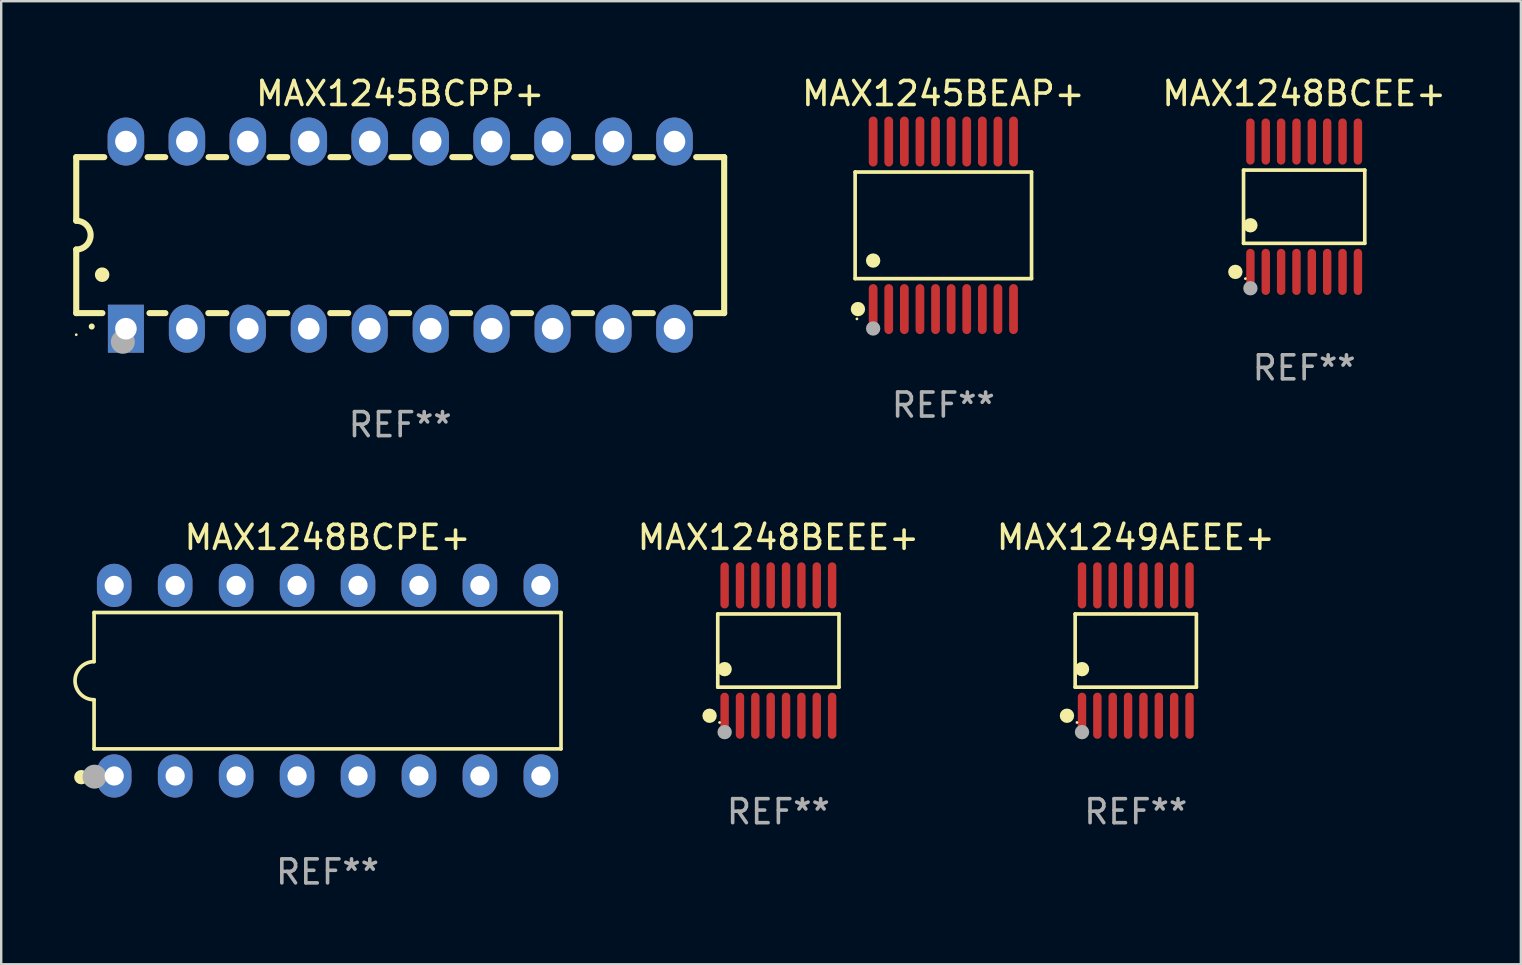
<source format=kicad_pcb>
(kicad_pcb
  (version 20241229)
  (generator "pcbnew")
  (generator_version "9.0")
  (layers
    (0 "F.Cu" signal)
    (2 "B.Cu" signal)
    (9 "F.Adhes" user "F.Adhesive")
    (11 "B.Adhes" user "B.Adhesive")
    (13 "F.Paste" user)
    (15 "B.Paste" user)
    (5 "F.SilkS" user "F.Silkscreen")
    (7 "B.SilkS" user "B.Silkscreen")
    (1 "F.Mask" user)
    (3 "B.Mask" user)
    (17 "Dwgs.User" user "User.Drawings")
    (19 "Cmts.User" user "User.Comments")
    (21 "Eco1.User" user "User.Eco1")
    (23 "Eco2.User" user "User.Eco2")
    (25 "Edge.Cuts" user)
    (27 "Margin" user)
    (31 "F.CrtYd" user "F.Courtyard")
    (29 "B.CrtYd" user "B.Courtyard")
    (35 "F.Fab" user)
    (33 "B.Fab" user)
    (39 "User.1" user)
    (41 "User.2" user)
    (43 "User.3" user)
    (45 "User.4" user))
  (footprint "MAX1248BCEE+"
    (layer "F.Cu")
    (at 51.296 5.564)
    (property "Reference" "MAX1248BCEE+" (at 0 -4.716 0) (layer "F.SilkS") (effects (font (size 1 1) (thickness 0.15))))
    (attr through_hole)
    (fp_line (start -2.526 -1.526) (end 2.526 -1.526) (stroke (width 0.152) (type solid)) (layer "F.SilkS"))
    (fp_line (start -2.526 1.526) (end -2.526 -1.526) (stroke (width 0.152) (type solid)) (layer "F.SilkS"))
    (fp_line (start 2.526 -1.526) (end 2.526 1.526) (stroke (width 0.152) (type solid)) (layer "F.SilkS"))
    (fp_line (start 2.526 1.526) (end -2.526 1.526) (stroke (width 0.152) (type solid)) (layer "F.SilkS"))
    (fp_circle (center -2.867 2.716) (end -2.717 2.716) (stroke (width 0.3) (type solid)) (fill no) (layer "F.SilkS"))
    (fp_circle (center -2.45 2.997) (end -2.42 2.997) (stroke (width 0.06) (type solid)) (fill no) (layer "F.SilkS"))
    (fp_circle (center -2.24 0.774) (end -2.09 0.774) (stroke (width 0.3) (type solid)) (fill no) (layer "F.SilkS"))
    (fp_circle (center -2.24 3.398) (end -2.09 3.398) (stroke (width 0.3) (type solid)) (fill no) (layer "F.Fab"))
    (fp_text user "REF**" (at 0 6.716 0) (layer "F.Fab") (effects (font (size 1 1) (thickness 0.15))))
    (pad "1" smd oval (at -2.24 2.716) (size 0.35 1.922) (layers "F.Cu" "F.Mask" "F.Paste"))
    (pad "2" smd oval (at -1.6 2.716) (size 0.35 1.922) (layers "F.Cu" "F.Mask" "F.Paste"))
    (pad "3" smd oval (at -0.96 2.716) (size 0.35 1.922) (layers "F.Cu" "F.Mask" "F.Paste"))
    (pad "4" smd oval (at -0.32 2.716) (size 0.35 1.922) (layers "F.Cu" "F.Mask" "F.Paste"))
    (pad "5" smd oval (at 0.32 2.716) (size 0.35 1.922) (layers "F.Cu" "F.Mask" "F.Paste"))
    (pad "6" smd oval (at 0.96 2.716) (size 0.35 1.922) (layers "F.Cu" "F.Mask" "F.Paste"))
    (pad "7" smd oval (at 1.6 2.716) (size 0.35 1.922) (layers "F.Cu" "F.Mask" "F.Paste"))
    (pad "8" smd oval (at 2.24 2.716) (size 0.35 1.922) (layers "F.Cu" "F.Mask" "F.Paste"))
    (pad "9" smd oval (at 2.24 -2.716) (size 0.35 1.922) (layers "F.Cu" "F.Mask" "F.Paste"))
    (pad "10" smd oval (at 1.6 -2.716) (size 0.35 1.922) (layers "F.Cu" "F.Mask" "F.Paste"))
    (pad "11" smd oval (at 0.96 -2.716) (size 0.35 1.922) (layers "F.Cu" "F.Mask" "F.Paste"))
    (pad "12" smd oval (at 0.32 -2.716) (size 0.35 1.922) (layers "F.Cu" "F.Mask" "F.Paste"))
    (pad "13" smd oval (at -0.32 -2.716) (size 0.35 1.922) (layers "F.Cu" "F.Mask" "F.Paste"))
    (pad "14" smd oval (at -0.96 -2.716) (size 0.35 1.922) (layers "F.Cu" "F.Mask" "F.Paste"))
    (pad "15" smd oval (at -1.6 -2.716) (size 0.35 1.922) (layers "F.Cu" "F.Mask" "F.Paste"))
    (pad "16" smd oval (at -2.24 -2.716) (size 0.35 1.922) (layers "F.Cu" "F.Mask" "F.Paste")))
  (footprint "MAX1249AEEE+"
    (layer "F.Cu")
    (at 44.279 24.06)
    (property "Reference" "MAX1249AEEE+" (at 0 -4.716 0) (layer "F.SilkS") (effects (font (size 1 1) (thickness 0.15))))
    (attr through_hole)
    (fp_line (start -2.526 -1.526) (end 2.526 -1.526) (stroke (width 0.152) (type solid)) (layer "F.SilkS"))
    (fp_line (start -2.526 1.526) (end -2.526 -1.526) (stroke (width 0.152) (type solid)) (layer "F.SilkS"))
    (fp_line (start 2.526 -1.526) (end 2.526 1.526) (stroke (width 0.152) (type solid)) (layer "F.SilkS"))
    (fp_line (start 2.526 1.526) (end -2.526 1.526) (stroke (width 0.152) (type solid)) (layer "F.SilkS"))
    (fp_circle (center -2.867 2.716) (end -2.717 2.716) (stroke (width 0.3) (type solid)) (fill no) (layer "F.SilkS"))
    (fp_circle (center -2.45 2.997) (end -2.42 2.997) (stroke (width 0.06) (type solid)) (fill no) (layer "F.SilkS"))
    (fp_circle (center -2.24 0.774) (end -2.09 0.774) (stroke (width 0.3) (type solid)) (fill no) (layer "F.SilkS"))
    (fp_circle (center -2.24 3.398) (end -2.09 3.398) (stroke (width 0.3) (type solid)) (fill no) (layer "F.Fab"))
    (fp_text user "REF**" (at 0 6.716 0) (layer "F.Fab") (effects (font (size 1 1) (thickness 0.15))))
    (pad "1" smd oval (at -2.24 2.716) (size 0.35 1.922) (layers "F.Cu" "F.Mask" "F.Paste"))
    (pad "2" smd oval (at -1.6 2.716) (size 0.35 1.922) (layers "F.Cu" "F.Mask" "F.Paste"))
    (pad "3" smd oval (at -0.96 2.716) (size 0.35 1.922) (layers "F.Cu" "F.Mask" "F.Paste"))
    (pad "4" smd oval (at -0.32 2.716) (size 0.35 1.922) (layers "F.Cu" "F.Mask" "F.Paste"))
    (pad "5" smd oval (at 0.32 2.716) (size 0.35 1.922) (layers "F.Cu" "F.Mask" "F.Paste"))
    (pad "6" smd oval (at 0.96 2.716) (size 0.35 1.922) (layers "F.Cu" "F.Mask" "F.Paste"))
    (pad "7" smd oval (at 1.6 2.716) (size 0.35 1.922) (layers "F.Cu" "F.Mask" "F.Paste"))
    (pad "8" smd oval (at 2.24 2.716) (size 0.35 1.922) (layers "F.Cu" "F.Mask" "F.Paste"))
    (pad "9" smd oval (at 2.24 -2.716) (size 0.35 1.922) (layers "F.Cu" "F.Mask" "F.Paste"))
    (pad "10" smd oval (at 1.6 -2.716) (size 0.35 1.922) (layers "F.Cu" "F.Mask" "F.Paste"))
    (pad "11" smd oval (at 0.96 -2.716) (size 0.35 1.922) (layers "F.Cu" "F.Mask" "F.Paste"))
    (pad "12" smd oval (at 0.32 -2.716) (size 0.35 1.922) (layers "F.Cu" "F.Mask" "F.Paste"))
    (pad "13" smd oval (at -0.32 -2.716) (size 0.35 1.922) (layers "F.Cu" "F.Mask" "F.Paste"))
    (pad "14" smd oval (at -0.96 -2.716) (size 0.35 1.922) (layers "F.Cu" "F.Mask" "F.Paste"))
    (pad "15" smd oval (at -1.6 -2.716) (size 0.35 1.922) (layers "F.Cu" "F.Mask" "F.Paste"))
    (pad "16" smd oval (at -2.24 -2.716) (size 0.35 1.922) (layers "F.Cu" "F.Mask" "F.Paste")))
  (footprint "MAX1245BCPP+"
    (layer "F.Cu")
    (at 13.627 6.748)
    (property "Reference" "MAX1245BCPP+" (at 0 -5.9 0) (layer "F.SilkS") (effects (font (size 1 1) (thickness 0.15))))
    (attr through_hole)
    (fp_line (start -13.5 -3.25) (end -12.333 -3.25) (stroke (width 0.254) (type solid)) (layer "F.SilkS"))
    (fp_line (start -13.5 -0.6) (end -13.5 -3.25) (stroke (width 0.254) (type solid)) (layer "F.SilkS"))
    (fp_line (start -13.5 3.25) (end -13.5 0.6) (stroke (width 0.254) (type solid)) (layer "F.SilkS"))
    (fp_line (start -13.5 3.25) (end -12.411 3.25) (stroke (width 0.254) (type solid)) (layer "F.SilkS"))
    (fp_line (start -10.527 -3.25) (end -9.793 -3.25) (stroke (width 0.254) (type solid)) (layer "F.SilkS"))
    (fp_line (start -10.449 3.25) (end -9.786 3.25) (stroke (width 0.254) (type solid)) (layer "F.SilkS"))
    (fp_line (start -7.994 3.25) (end -7.246 3.25) (stroke (width 0.254) (type solid)) (layer "F.SilkS"))
    (fp_line (start -7.987 -3.25) (end -7.253 -3.25) (stroke (width 0.254) (type solid)) (layer "F.SilkS"))
    (fp_line (start -5.454 3.25) (end -4.706 3.25) (stroke (width 0.254) (type solid)) (layer "F.SilkS"))
    (fp_line (start -5.447 -3.25) (end -4.713 -3.25) (stroke (width 0.254) (type solid)) (layer "F.SilkS"))
    (fp_line (start -2.914 3.25) (end -2.166 3.25) (stroke (width 0.254) (type solid)) (layer "F.SilkS"))
    (fp_line (start -2.907 -3.25) (end -2.173 -3.25) (stroke (width 0.254) (type solid)) (layer "F.SilkS"))
    (fp_line (start -0.374 3.25) (end 0.374 3.25) (stroke (width 0.254) (type solid)) (layer "F.SilkS"))
    (fp_line (start -0.367 -3.25) (end 0.367 -3.25) (stroke (width 0.254) (type solid)) (layer "F.SilkS"))
    (fp_line (start 2.166 3.25) (end 2.914 3.25) (stroke (width 0.254) (type solid)) (layer "F.SilkS"))
    (fp_line (start 2.173 -3.25) (end 2.907 -3.25) (stroke (width 0.254) (type solid)) (layer "F.SilkS"))
    (fp_line (start 4.706 3.25) (end 5.454 3.25) (stroke (width 0.254) (type solid)) (layer "F.SilkS"))
    (fp_line (start 4.713 -3.25) (end 5.447 -3.25) (stroke (width 0.254) (type solid)) (layer "F.SilkS"))
    (fp_line (start 7.246 3.25) (end 7.994 3.25) (stroke (width 0.254) (type solid)) (layer "F.SilkS"))
    (fp_line (start 7.253 -3.25) (end 7.987 -3.25) (stroke (width 0.254) (type solid)) (layer "F.SilkS"))
    (fp_line (start 9.786 3.25) (end 10.527 3.25) (stroke (width 0.254) (type solid)) (layer "F.SilkS"))
    (fp_line (start 9.793 -3.25) (end 10.527 -3.25) (stroke (width 0.254) (type solid)) (layer "F.SilkS"))
    (fp_line (start 12.333 -3.25) (end 13.5 -3.25) (stroke (width 0.254) (type solid)) (layer "F.SilkS"))
    (fp_line (start 12.333 3.25) (end 13.5 3.25) (stroke (width 0.254) (type solid)) (layer "F.SilkS"))
    (fp_line (start 13.5 -3.25) (end 13.5 3.25) (stroke (width 0.254) (type solid)) (layer "F.SilkS"))
    (fp_arc (start -13.500127 -0.599442) (mid -12.900406 0.000228) (end -13.500025 0.6) (stroke (width 0.254001) (type solid)) (layer "F.SilkS"))
    (fp_arc (start -12.854966 3.810008) (mid -12.854973 3.808738) (end -12.854966 3.807468) (stroke (width 0.25) (type solid)) (layer "F.SilkS"))
    (fp_arc (start -12.420625 1.651003) (mid -12.420636 1.648463) (end -12.420625 1.645923) (stroke (width 0.6) (type solid)) (layer "F.SilkS"))
    (fp_circle (center -13.5 4.15) (end -13.47 4.15) (stroke (width 0.06) (type solid)) (fill no) (layer "F.SilkS"))
    (fp_circle (center -11.557 4.445) (end -11.307 4.445) (stroke (width 0.5) (type solid)) (fill no) (layer "F.Fab"))
    (fp_text user "REF**" (at 0 7.9 0) (layer "F.Fab") (effects (font (size 1 1) (thickness 0.15))))
    (pad "1" thru_hole rect (at -11.43 3.9 90) (size 2 1.5) (drill 0.9) (layers "*.Cu" "*.Mask"))
    (pad "2" thru_hole oval (at -8.89 3.9 90) (size 2 1.5) (drill 0.9) (layers "*.Cu" "*.Mask"))
    (pad "3" thru_hole oval (at -6.35 3.9 90) (size 2 1.5) (drill 0.9) (layers "*.Cu" "*.Mask"))
    (pad "4" thru_hole oval (at -3.81 3.9 90) (size 2 1.5) (drill 0.9) (layers "*.Cu" "*.Mask"))
    (pad "5" thru_hole oval (at -1.27 3.9 90) (size 2 1.5) (drill 0.9) (layers "*.Cu" "*.Mask"))
    (pad "6" thru_hole oval (at 1.27 3.9 90) (size 2 1.5) (drill 0.9) (layers "*.Cu" "*.Mask"))
    (pad "7" thru_hole oval (at 3.81 3.9 90) (size 2 1.5) (drill 0.9) (layers "*.Cu" "*.Mask"))
    (pad "8" thru_hole oval (at 6.35 3.9 90) (size 2 1.5) (drill 0.9) (layers "*.Cu" "*.Mask"))
    (pad "9" thru_hole oval (at 8.89 3.9 90) (size 2 1.5) (drill 0.9) (layers "*.Cu" "*.Mask"))
    (pad "10" thru_hole oval (at 11.43 3.9 90) (size 2 1.524) (drill 0.9) (layers "*.Cu" "*.Mask"))
    (pad "11" thru_hole oval (at 11.43 -3.9 90) (size 2 1.524) (drill 0.9) (layers "*.Cu" "*.Mask"))
    (pad "12" thru_hole oval (at 8.89 -3.9 90) (size 2 1.524) (drill 0.9) (layers "*.Cu" "*.Mask"))
    (pad "13" thru_hole oval (at 6.35 -3.9 90) (size 2 1.524) (drill 0.9) (layers "*.Cu" "*.Mask"))
    (pad "14" thru_hole oval (at 3.81 -3.9 90) (size 2 1.524) (drill 0.9) (layers "*.Cu" "*.Mask"))
    (pad "15" thru_hole oval (at 1.27 -3.9 90) (size 2 1.524) (drill 0.9) (layers "*.Cu" "*.Mask"))
    (pad "16" thru_hole oval (at -1.27 -3.9 90) (size 2 1.524) (drill 0.9) (layers "*.Cu" "*.Mask"))
    (pad "17" thru_hole oval (at -3.81 -3.9 90) (size 2 1.524) (drill 0.9) (layers "*.Cu" "*.Mask"))
    (pad "18" thru_hole oval (at -6.35 -3.9 90) (size 2 1.524) (drill 0.9) (layers "*.Cu" "*.Mask"))
    (pad "19" thru_hole oval (at -8.89 -3.9 90) (size 2 1.524) (drill 0.9) (layers "*.Cu" "*.Mask"))
    (pad "20" thru_hole oval (at -11.43 -3.9 90) (size 2 1.524) (drill 0.9) (layers "*.Cu" "*.Mask")))
  (footprint "MAX1248BEEE+"
    (layer "F.Cu")
    (at 29.386 24.06)
    (property "Reference" "MAX1248BEEE+" (at 0 -4.716 0) (layer "F.SilkS") (effects (font (size 1 1) (thickness 0.15))))
    (attr through_hole)
    (fp_line (start -2.526 -1.526) (end 2.526 -1.526) (stroke (width 0.152) (type solid)) (layer "F.SilkS"))
    (fp_line (start -2.526 1.526) (end -2.526 -1.526) (stroke (width 0.152) (type solid)) (layer "F.SilkS"))
    (fp_line (start 2.526 -1.526) (end 2.526 1.526) (stroke (width 0.152) (type solid)) (layer "F.SilkS"))
    (fp_line (start 2.526 1.526) (end -2.526 1.526) (stroke (width 0.152) (type solid)) (layer "F.SilkS"))
    (fp_circle (center -2.867 2.716) (end -2.717 2.716) (stroke (width 0.3) (type solid)) (fill no) (layer "F.SilkS"))
    (fp_circle (center -2.45 2.997) (end -2.42 2.997) (stroke (width 0.06) (type solid)) (fill no) (layer "F.SilkS"))
    (fp_circle (center -2.24 0.774) (end -2.09 0.774) (stroke (width 0.3) (type solid)) (fill no) (layer "F.SilkS"))
    (fp_circle (center -2.24 3.398) (end -2.09 3.398) (stroke (width 0.3) (type solid)) (fill no) (layer "F.Fab"))
    (fp_text user "REF**" (at 0 6.716 0) (layer "F.Fab") (effects (font (size 1 1) (thickness 0.15))))
    (pad "1" smd oval (at -2.24 2.716) (size 0.35 1.922) (layers "F.Cu" "F.Mask" "F.Paste"))
    (pad "2" smd oval (at -1.6 2.716) (size 0.35 1.922) (layers "F.Cu" "F.Mask" "F.Paste"))
    (pad "3" smd oval (at -0.96 2.716) (size 0.35 1.922) (layers "F.Cu" "F.Mask" "F.Paste"))
    (pad "4" smd oval (at -0.32 2.716) (size 0.35 1.922) (layers "F.Cu" "F.Mask" "F.Paste"))
    (pad "5" smd oval (at 0.32 2.716) (size 0.35 1.922) (layers "F.Cu" "F.Mask" "F.Paste"))
    (pad "6" smd oval (at 0.96 2.716) (size 0.35 1.922) (layers "F.Cu" "F.Mask" "F.Paste"))
    (pad "7" smd oval (at 1.6 2.716) (size 0.35 1.922) (layers "F.Cu" "F.Mask" "F.Paste"))
    (pad "8" smd oval (at 2.24 2.716) (size 0.35 1.922) (layers "F.Cu" "F.Mask" "F.Paste"))
    (pad "9" smd oval (at 2.24 -2.716) (size 0.35 1.922) (layers "F.Cu" "F.Mask" "F.Paste"))
    (pad "10" smd oval (at 1.6 -2.716) (size 0.35 1.922) (layers "F.Cu" "F.Mask" "F.Paste"))
    (pad "11" smd oval (at 0.96 -2.716) (size 0.35 1.922) (layers "F.Cu" "F.Mask" "F.Paste"))
    (pad "12" smd oval (at 0.32 -2.716) (size 0.35 1.922) (layers "F.Cu" "F.Mask" "F.Paste"))
    (pad "13" smd oval (at -0.32 -2.716) (size 0.35 1.922) (layers "F.Cu" "F.Mask" "F.Paste"))
    (pad "14" smd oval (at -0.96 -2.716) (size 0.35 1.922) (layers "F.Cu" "F.Mask" "F.Paste"))
    (pad "15" smd oval (at -1.6 -2.716) (size 0.35 1.922) (layers "F.Cu" "F.Mask" "F.Paste"))
    (pad "16" smd oval (at -2.24 -2.716) (size 0.35 1.922) (layers "F.Cu" "F.Mask" "F.Paste")))
  (footprint "MAX1248BCPE+"
    (layer "F.Cu")
    (at 10.599 25.315)
    (property "Reference" "MAX1248BCPE+" (at 0 -5.97 0) (layer "F.SilkS") (effects (font (size 1 1) (thickness 0.15))))
    (attr through_hole)
    (fp_line (start -9.729 -2.841) (end -9.729 -0.794) (stroke (width 0.152) (type solid)) (layer "F.SilkS"))
    (fp_line (start -9.729 0.794) (end -9.729 2.841) (stroke (width 0.152) (type solid)) (layer "F.SilkS"))
    (fp_line (start -9.729 2.841) (end 9.729 2.841) (stroke (width 0.152) (type solid)) (layer "F.SilkS"))
    (fp_line (start 9.729 -2.841) (end -9.729 -2.841) (stroke (width 0.152) (type solid)) (layer "F.SilkS"))
    (fp_line (start 9.729 2.841) (end 9.729 -2.841) (stroke (width 0.152) (type solid)) (layer "F.SilkS"))
    (fp_arc (start -9.7287 0.793749) (mid -10.522449 0) (end -9.7287 -0.793749) (stroke (width 0.1524) (type solid)) (layer "F.SilkS"))
    (fp_circle (center -10.26 4.02) (end -10.11 4.02) (stroke (width 0.3) (type solid)) (fill no) (layer "F.SilkS"))
    (fp_circle (center -9.653 4.23) (end -9.623 4.23) (stroke (width 0.06) (type solid)) (fill no) (layer "F.SilkS"))
    (fp_circle (center -9.71 4) (end -9.46 4) (stroke (width 0.5) (type solid)) (fill no) (layer "F.Fab"))
    (fp_text user "REF**" (at 0 7.97 0) (layer "F.Fab") (effects (font (size 1 1) (thickness 0.15))))
    (pad "1" thru_hole oval (at -8.89 3.97) (size 1.44 1.8) (drill 0.8) (layers "*.Cu" "*.Mask"))
    (pad "2" thru_hole oval (at -6.35 3.97) (size 1.44 1.8) (drill 0.8) (layers "*.Cu" "*.Mask"))
    (pad "3" thru_hole oval (at -3.81 3.97) (size 1.44 1.8) (drill 0.8) (layers "*.Cu" "*.Mask"))
    (pad "4" thru_hole oval (at -1.27 3.97) (size 1.44 1.8) (drill 0.8) (layers "*.Cu" "*.Mask"))
    (pad "5" thru_hole oval (at 1.27 3.97) (size 1.44 1.8) (drill 0.8) (layers "*.Cu" "*.Mask"))
    (pad "6" thru_hole oval (at 3.81 3.97) (size 1.44 1.8) (drill 0.8) (layers "*.Cu" "*.Mask"))
    (pad "7" thru_hole oval (at 6.35 3.97) (size 1.44 1.8) (drill 0.8) (layers "*.Cu" "*.Mask"))
    (pad "8" thru_hole oval (at 8.89 3.97) (size 1.44 1.8) (drill 0.8) (layers "*.Cu" "*.Mask"))
    (pad "9" thru_hole oval (at 8.89 -3.97) (size 1.44 1.8) (drill 0.8) (layers "*.Cu" "*.Mask"))
    (pad "10" thru_hole oval (at 6.35 -3.97) (size 1.44 1.8) (drill 0.8) (layers "*.Cu" "*.Mask"))
    (pad "11" thru_hole oval (at 3.81 -3.97) (size 1.44 1.8) (drill 0.8) (layers "*.Cu" "*.Mask"))
    (pad "12" thru_hole oval (at 1.27 -3.97) (size 1.44 1.8) (drill 0.8) (layers "*.Cu" "*.Mask"))
    (pad "13" thru_hole oval (at -1.27 -3.97) (size 1.44 1.8) (drill 0.8) (layers "*.Cu" "*.Mask"))
    (pad "14" thru_hole oval (at -3.81 -3.97) (size 1.44 1.8) (drill 0.8) (layers "*.Cu" "*.Mask"))
    (pad "15" thru_hole oval (at -6.35 -3.97) (size 1.44 1.8) (drill 0.8) (layers "*.Cu" "*.Mask"))
    (pad "16" thru_hole oval (at -8.89 -3.97) (size 1.44 1.8) (drill 0.8) (layers "*.Cu" "*.Mask")))
  (footprint "MAX1245BEAP+"
    (layer "F.Cu")
    (at 36.26 6.339)
    (property "Reference" "MAX1245BEAP+" (at 0 -5.491 0) (layer "F.SilkS") (effects (font (size 1 1) (thickness 0.15))))
    (attr through_hole)
    (fp_line (start -3.676 -2.221) (end 3.676 -2.221) (stroke (width 0.152) (type solid)) (layer "F.SilkS"))
    (fp_line (start -3.676 2.221) (end -3.676 -2.221) (stroke (width 0.152) (type solid)) (layer "F.SilkS"))
    (fp_line (start 3.676 -2.221) (end 3.676 2.221) (stroke (width 0.152) (type solid)) (layer "F.SilkS"))
    (fp_line (start 3.676 2.221) (end -3.676 2.221) (stroke (width 0.152) (type solid)) (layer "F.SilkS"))
    (fp_circle (center -3.6 3.9) (end -3.57 3.9) (stroke (width 0.06) (type solid)) (fill no) (layer "F.SilkS"))
    (fp_circle (center -3.559 3.491) (end -3.409 3.491) (stroke (width 0.3) (type solid)) (fill no) (layer "F.SilkS"))
    (fp_circle (center -2.925 1.469) (end -2.775 1.469) (stroke (width 0.3) (type solid)) (fill no) (layer "F.SilkS"))
    (fp_circle (center -2.925 4.3) (end -2.775 4.3) (stroke (width 0.3) (type solid)) (fill no) (layer "F.Fab"))
    (fp_text user "REF**" (at 0 7.491 0) (layer "F.Fab") (effects (font (size 1 1) (thickness 0.15))))
    (pad "1" smd oval (at -2.925 3.491) (size 0.364 2.082) (layers "F.Cu" "F.Mask" "F.Paste"))
    (pad "2" smd oval (at -2.275 3.491) (size 0.364 2.082) (layers "F.Cu" "F.Mask" "F.Paste"))
    (pad "3" smd oval (at -1.625 3.491) (size 0.364 2.082) (layers "F.Cu" "F.Mask" "F.Paste"))
    (pad "4" smd oval (at -0.975 3.491) (size 0.364 2.082) (layers "F.Cu" "F.Mask" "F.Paste"))
    (pad "5" smd oval (at -0.325 3.491) (size 0.364 2.082) (layers "F.Cu" "F.Mask" "F.Paste"))
    (pad "6" smd oval (at 0.325 3.491) (size 0.364 2.082) (layers "F.Cu" "F.Mask" "F.Paste"))
    (pad "7" smd oval (at 0.975 3.491) (size 0.364 2.082) (layers "F.Cu" "F.Mask" "F.Paste"))
    (pad "8" smd oval (at 1.625 3.491) (size 0.364 2.082) (layers "F.Cu" "F.Mask" "F.Paste"))
    (pad "9" smd oval (at 2.275 3.491) (size 0.364 2.082) (layers "F.Cu" "F.Mask" "F.Paste"))
    (pad "10" smd oval (at 2.925 3.491) (size 0.364 2.082) (layers "F.Cu" "F.Mask" "F.Paste"))
    (pad "11" smd oval (at 2.925 -3.491) (size 0.364 2.082) (layers "F.Cu" "F.Mask" "F.Paste"))
    (pad "12" smd oval (at 2.275 -3.491) (size 0.364 2.082) (layers "F.Cu" "F.Mask" "F.Paste"))
    (pad "13" smd oval (at 1.625 -3.491) (size 0.364 2.082) (layers "F.Cu" "F.Mask" "F.Paste"))
    (pad "14" smd oval (at 0.975 -3.491) (size 0.364 2.082) (layers "F.Cu" "F.Mask" "F.Paste"))
    (pad "15" smd oval (at 0.325 -3.491) (size 0.364 2.082) (layers "F.Cu" "F.Mask" "F.Paste"))
    (pad "16" smd oval (at -0.325 -3.491) (size 0.364 2.082) (layers "F.Cu" "F.Mask" "F.Paste"))
    (pad "17" smd oval (at -0.975 -3.491) (size 0.364 2.082) (layers "F.Cu" "F.Mask" "F.Paste"))
    (pad "18" smd oval (at -1.625 -3.491) (size 0.364 2.082) (layers "F.Cu" "F.Mask" "F.Paste"))
    (pad "19" smd oval (at -2.275 -3.491) (size 0.364 2.082) (layers "F.Cu" "F.Mask" "F.Paste"))
    (pad "20" smd oval (at -2.925 -3.491) (size 0.364 2.082) (layers "F.Cu" "F.Mask" "F.Paste")))
  (gr_rect
    (start -3 -3)
    (end 60.326 37.133)
    (stroke (width 0.1) (type default))
    (fill no)
    (layer "Edge.Cuts")))
</source>
